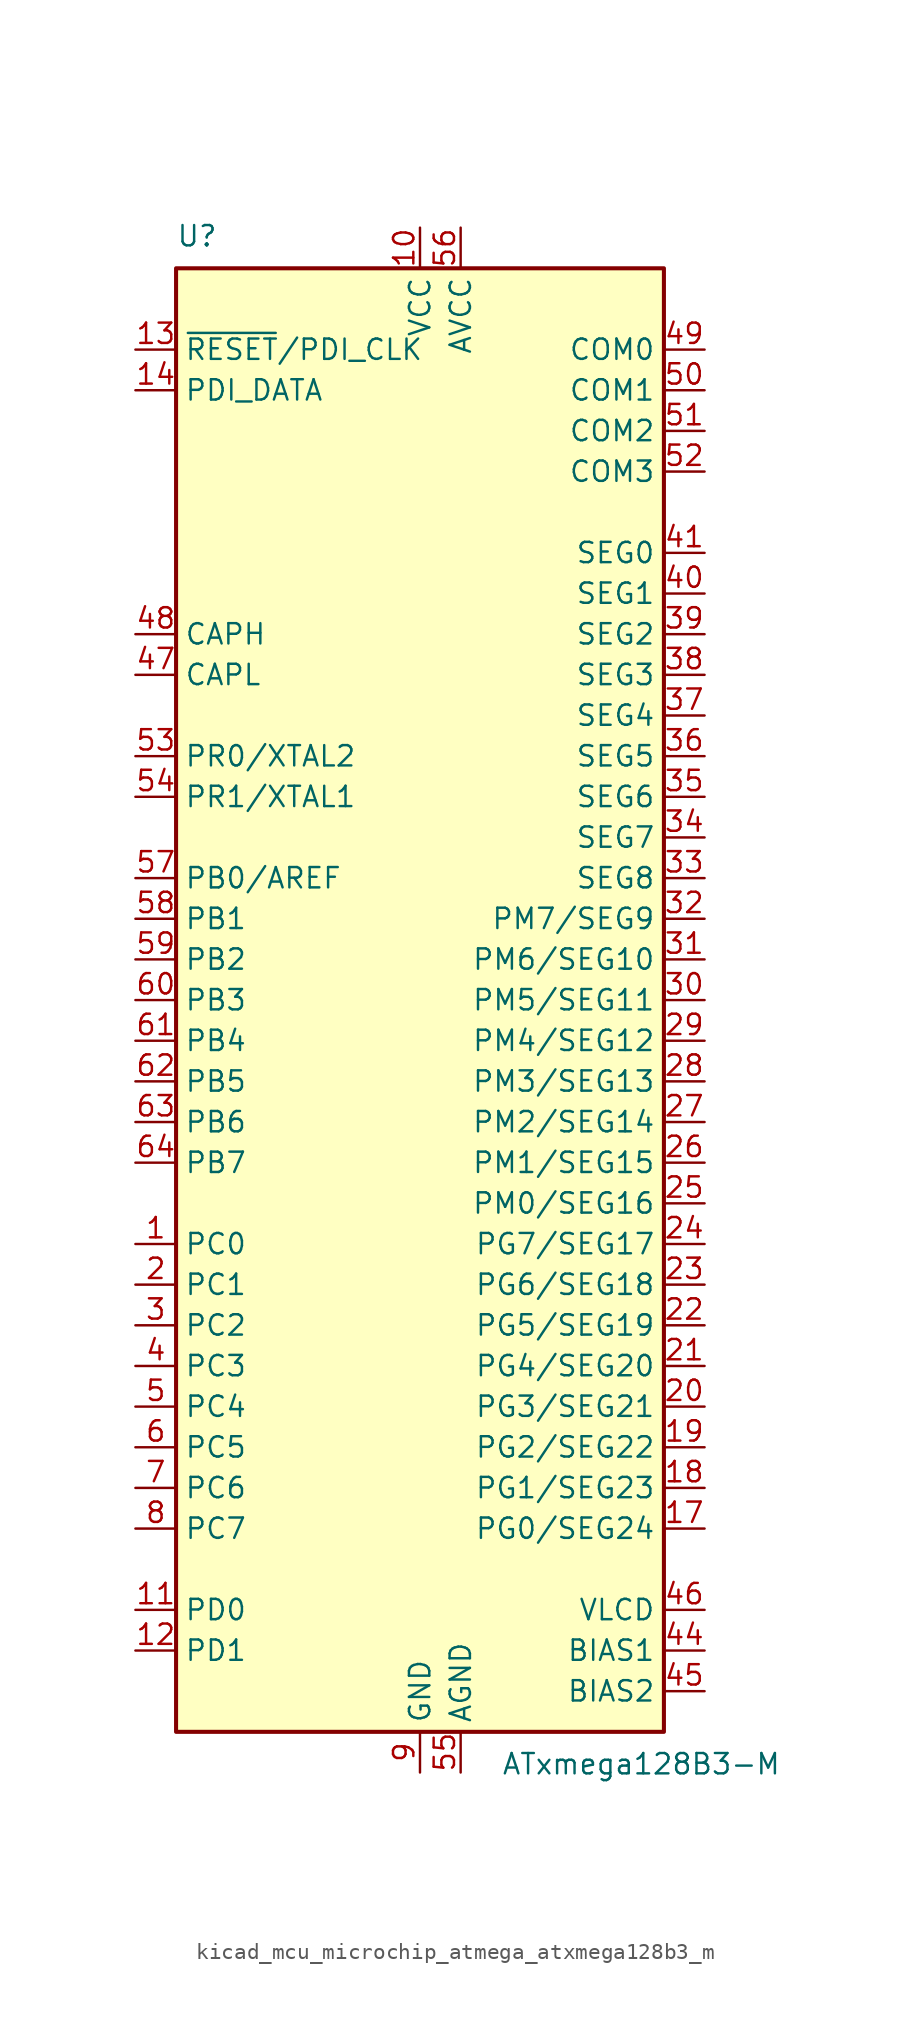
<source format=kicad_sym>
(kicad_symbol_lib
  (version 20220914)
  (generator kicad_symbol_editor)
  (symbol "kicad_mcu_microchip_atmega_atxmega128b3_m"
    (property "Reference" "U"
      (at -15.24 46.99 0)
      (effects (font (size 1.27 1.27)) (justify left bottom)))
    (property "Value" "ATxmega128B3-M"
      (at 5.08 -46.99 0)
      (effects (font (size 1.27 1.27)) (justify left top)))
    (symbol "kicad_mcu_microchip_atmega_atxmega128b3_m_0_1"
      (rectangle (start -15.24 -45.72) (end 15.24 45.72) (stroke (width 0.254) (type default)) (fill (type background))))
    (symbol "kicad_mcu_microchip_atmega_atxmega128b3_m_1_1"
      (pin bidirectional line (at -17.78 -15.24 0) (length 2.54) (name "PC0" (effects (font (size 1.27 1.27)))) (number "1" (effects (font (size 1.27 1.27)))))
      (pin power_in line (at 0 48.26 270) (length 2.54) (name "VCC" (effects (font (size 1.27 1.27)))) (number "10" (effects (font (size 1.27 1.27)))))
      (pin bidirectional line (at -17.78 -38.1 0) (length 2.54) (name "PD0" (effects (font (size 1.27 1.27)))) (number "11" (effects (font (size 1.27 1.27)))))
      (pin bidirectional line (at -17.78 -40.64 0) (length 2.54) (name "PD1" (effects (font (size 1.27 1.27)))) (number "12" (effects (font (size 1.27 1.27)))))
      (pin input line (at -17.78 40.64 0) (length 2.54) (name "~{RESET}/PDI_CLK" (effects (font (size 1.27 1.27)))) (number "13" (effects (font (size 1.27 1.27)))))
      (pin bidirectional line (at -17.78 38.1 0) (length 2.54) (name "PDI_DATA" (effects (font (size 1.27 1.27)))) (number "14" (effects (font (size 1.27 1.27)))))
      (pin passive line (at 0 -48.26 90) (length 2.54) hide (name "GND" (effects (font (size 1.27 1.27)))) (number "15" (effects (font (size 1.27 1.27)))))
      (pin passive line (at 0 48.26 270) (length 2.54) hide (name "VCC" (effects (font (size 1.27 1.27)))) (number "16" (effects (font (size 1.27 1.27)))))
      (pin bidirectional line (at 17.78 -33.02 180) (length 2.54) (name "PG0/SEG24" (effects (font (size 1.27 1.27)))) (number "17" (effects (font (size 1.27 1.27)))))
      (pin bidirectional line (at 17.78 -30.48 180) (length 2.54) (name "PG1/SEG23" (effects (font (size 1.27 1.27)))) (number "18" (effects (font (size 1.27 1.27)))))
      (pin bidirectional line (at 17.78 -27.94 180) (length 2.54) (name "PG2/SEG22" (effects (font (size 1.27 1.27)))) (number "19" (effects (font (size 1.27 1.27)))))
      (pin bidirectional line (at -17.78 -17.78 0) (length 2.54) (name "PC1" (effects (font (size 1.27 1.27)))) (number "2" (effects (font (size 1.27 1.27)))))
      (pin bidirectional line (at 17.78 -25.4 180) (length 2.54) (name "PG3/SEG21" (effects (font (size 1.27 1.27)))) (number "20" (effects (font (size 1.27 1.27)))))
      (pin bidirectional line (at 17.78 -22.86 180) (length 2.54) (name "PG4/SEG20" (effects (font (size 1.27 1.27)))) (number "21" (effects (font (size 1.27 1.27)))))
      (pin bidirectional line (at 17.78 -20.32 180) (length 2.54) (name "PG5/SEG19" (effects (font (size 1.27 1.27)))) (number "22" (effects (font (size 1.27 1.27)))))
      (pin bidirectional line (at 17.78 -17.78 180) (length 2.54) (name "PG6/SEG18" (effects (font (size 1.27 1.27)))) (number "23" (effects (font (size 1.27 1.27)))))
      (pin bidirectional line (at 17.78 -15.24 180) (length 2.54) (name "PG7/SEG17" (effects (font (size 1.27 1.27)))) (number "24" (effects (font (size 1.27 1.27)))))
      (pin bidirectional line (at 17.78 -12.7 180) (length 2.54) (name "PM0/SEG16" (effects (font (size 1.27 1.27)))) (number "25" (effects (font (size 1.27 1.27)))))
      (pin bidirectional line (at 17.78 -10.16 180) (length 2.54) (name "PM1/SEG15" (effects (font (size 1.27 1.27)))) (number "26" (effects (font (size 1.27 1.27)))))
      (pin bidirectional line (at 17.78 -7.62 180) (length 2.54) (name "PM2/SEG14" (effects (font (size 1.27 1.27)))) (number "27" (effects (font (size 1.27 1.27)))))
      (pin bidirectional line (at 17.78 -5.08 180) (length 2.54) (name "PM3/SEG13" (effects (font (size 1.27 1.27)))) (number "28" (effects (font (size 1.27 1.27)))))
      (pin bidirectional line (at 17.78 -2.54 180) (length 2.54) (name "PM4/SEG12" (effects (font (size 1.27 1.27)))) (number "29" (effects (font (size 1.27 1.27)))))
      (pin bidirectional line (at -17.78 -20.32 0) (length 2.54) (name "PC2" (effects (font (size 1.27 1.27)))) (number "3" (effects (font (size 1.27 1.27)))))
      (pin bidirectional line (at 17.78 0 180) (length 2.54) (name "PM5/SEG11" (effects (font (size 1.27 1.27)))) (number "30" (effects (font (size 1.27 1.27)))))
      (pin bidirectional line (at 17.78 2.54 180) (length 2.54) (name "PM6/SEG10" (effects (font (size 1.27 1.27)))) (number "31" (effects (font (size 1.27 1.27)))))
      (pin bidirectional line (at 17.78 5.08 180) (length 2.54) (name "PM7/SEG9" (effects (font (size 1.27 1.27)))) (number "32" (effects (font (size 1.27 1.27)))))
      (pin output line (at 17.78 7.62 180) (length 2.54) (name "SEG8" (effects (font (size 1.27 1.27)))) (number "33" (effects (font (size 1.27 1.27)))))
      (pin output line (at 17.78 10.16 180) (length 2.54) (name "SEG7" (effects (font (size 1.27 1.27)))) (number "34" (effects (font (size 1.27 1.27)))))
      (pin output line (at 17.78 12.7 180) (length 2.54) (name "SEG6" (effects (font (size 1.27 1.27)))) (number "35" (effects (font (size 1.27 1.27)))))
      (pin output line (at 17.78 15.24 180) (length 2.54) (name "SEG5" (effects (font (size 1.27 1.27)))) (number "36" (effects (font (size 1.27 1.27)))))
      (pin output line (at 17.78 17.78 180) (length 2.54) (name "SEG4" (effects (font (size 1.27 1.27)))) (number "37" (effects (font (size 1.27 1.27)))))
      (pin output line (at 17.78 20.32 180) (length 2.54) (name "SEG3" (effects (font (size 1.27 1.27)))) (number "38" (effects (font (size 1.27 1.27)))))
      (pin output line (at 17.78 22.86 180) (length 2.54) (name "SEG2" (effects (font (size 1.27 1.27)))) (number "39" (effects (font (size 1.27 1.27)))))
      (pin bidirectional line (at -17.78 -22.86 0) (length 2.54) (name "PC3" (effects (font (size 1.27 1.27)))) (number "4" (effects (font (size 1.27 1.27)))))
      (pin output line (at 17.78 25.4 180) (length 2.54) (name "SEG1" (effects (font (size 1.27 1.27)))) (number "40" (effects (font (size 1.27 1.27)))))
      (pin output line (at 17.78 27.94 180) (length 2.54) (name "SEG0" (effects (font (size 1.27 1.27)))) (number "41" (effects (font (size 1.27 1.27)))))
      (pin passive line (at 0 -48.26 90) (length 2.54) hide (name "GND" (effects (font (size 1.27 1.27)))) (number "42" (effects (font (size 1.27 1.27)))))
      (pin passive line (at 0 48.26 270) (length 2.54) hide (name "VCC" (effects (font (size 1.27 1.27)))) (number "43" (effects (font (size 1.27 1.27)))))
      (pin power_out line (at 17.78 -40.64 180) (length 2.54) (name "BIAS1" (effects (font (size 1.27 1.27)))) (number "44" (effects (font (size 1.27 1.27)))))
      (pin power_out line (at 17.78 -43.18 180) (length 2.54) (name "BIAS2" (effects (font (size 1.27 1.27)))) (number "45" (effects (font (size 1.27 1.27)))))
      (pin power_out line (at 17.78 -38.1 180) (length 2.54) (name "VLCD" (effects (font (size 1.27 1.27)))) (number "46" (effects (font (size 1.27 1.27)))))
      (pin passive line (at -17.78 20.32 0) (length 2.54) (name "CAPL" (effects (font (size 1.27 1.27)))) (number "47" (effects (font (size 1.27 1.27)))))
      (pin passive line (at -17.78 22.86 0) (length 2.54) (name "CAPH" (effects (font (size 1.27 1.27)))) (number "48" (effects (font (size 1.27 1.27)))))
      (pin output line (at 17.78 40.64 180) (length 2.54) (name "COM0" (effects (font (size 1.27 1.27)))) (number "49" (effects (font (size 1.27 1.27)))))
      (pin bidirectional line (at -17.78 -25.4 0) (length 2.54) (name "PC4" (effects (font (size 1.27 1.27)))) (number "5" (effects (font (size 1.27 1.27)))))
      (pin output line (at 17.78 38.1 180) (length 2.54) (name "COM1" (effects (font (size 1.27 1.27)))) (number "50" (effects (font (size 1.27 1.27)))))
      (pin output line (at 17.78 35.56 180) (length 2.54) (name "COM2" (effects (font (size 1.27 1.27)))) (number "51" (effects (font (size 1.27 1.27)))))
      (pin output line (at 17.78 33.02 180) (length 2.54) (name "COM3" (effects (font (size 1.27 1.27)))) (number "52" (effects (font (size 1.27 1.27)))))
      (pin bidirectional line (at -17.78 15.24 0) (length 2.54) (name "PR0/XTAL2" (effects (font (size 1.27 1.27)))) (number "53" (effects (font (size 1.27 1.27)))))
      (pin bidirectional line (at -17.78 12.7 0) (length 2.54) (name "PR1/XTAL1" (effects (font (size 1.27 1.27)))) (number "54" (effects (font (size 1.27 1.27)))))
      (pin power_in line (at 2.54 -48.26 90) (length 2.54) (name "AGND" (effects (font (size 1.27 1.27)))) (number "55" (effects (font (size 1.27 1.27)))))
      (pin power_in line (at 2.54 48.26 270) (length 2.54) (name "AVCC" (effects (font (size 1.27 1.27)))) (number "56" (effects (font (size 1.27 1.27)))))
      (pin bidirectional line (at -17.78 7.62 0) (length 2.54) (name "PB0/AREF" (effects (font (size 1.27 1.27)))) (number "57" (effects (font (size 1.27 1.27)))))
      (pin bidirectional line (at -17.78 5.08 0) (length 2.54) (name "PB1" (effects (font (size 1.27 1.27)))) (number "58" (effects (font (size 1.27 1.27)))))
      (pin bidirectional line (at -17.78 2.54 0) (length 2.54) (name "PB2" (effects (font (size 1.27 1.27)))) (number "59" (effects (font (size 1.27 1.27)))))
      (pin bidirectional line (at -17.78 -27.94 0) (length 2.54) (name "PC5" (effects (font (size 1.27 1.27)))) (number "6" (effects (font (size 1.27 1.27)))))
      (pin bidirectional line (at -17.78 0 0) (length 2.54) (name "PB3" (effects (font (size 1.27 1.27)))) (number "60" (effects (font (size 1.27 1.27)))))
      (pin bidirectional line (at -17.78 -2.54 0) (length 2.54) (name "PB4" (effects (font (size 1.27 1.27)))) (number "61" (effects (font (size 1.27 1.27)))))
      (pin bidirectional line (at -17.78 -5.08 0) (length 2.54) (name "PB5" (effects (font (size 1.27 1.27)))) (number "62" (effects (font (size 1.27 1.27)))))
      (pin bidirectional line (at -17.78 -7.62 0) (length 2.54) (name "PB6" (effects (font (size 1.27 1.27)))) (number "63" (effects (font (size 1.27 1.27)))))
      (pin bidirectional line (at -17.78 -10.16 0) (length 2.54) (name "PB7" (effects (font (size 1.27 1.27)))) (number "64" (effects (font (size 1.27 1.27)))))
      (pin passive line (at 0 -48.26 90) (length 2.54) hide (name "GND" (effects (font (size 1.27 1.27)))) (number "65" (effects (font (size 1.27 1.27)))))
      (pin bidirectional line (at -17.78 -30.48 0) (length 2.54) (name "PC6" (effects (font (size 1.27 1.27)))) (number "7" (effects (font (size 1.27 1.27)))))
      (pin bidirectional line (at -17.78 -33.02 0) (length 2.54) (name "PC7" (effects (font (size 1.27 1.27)))) (number "8" (effects (font (size 1.27 1.27)))))
      (pin power_in line (at 0 -48.26 90) (length 2.54) (name "GND" (effects (font (size 1.27 1.27)))) (number "9" (effects (font (size 1.27 1.27))))))))
</source>
